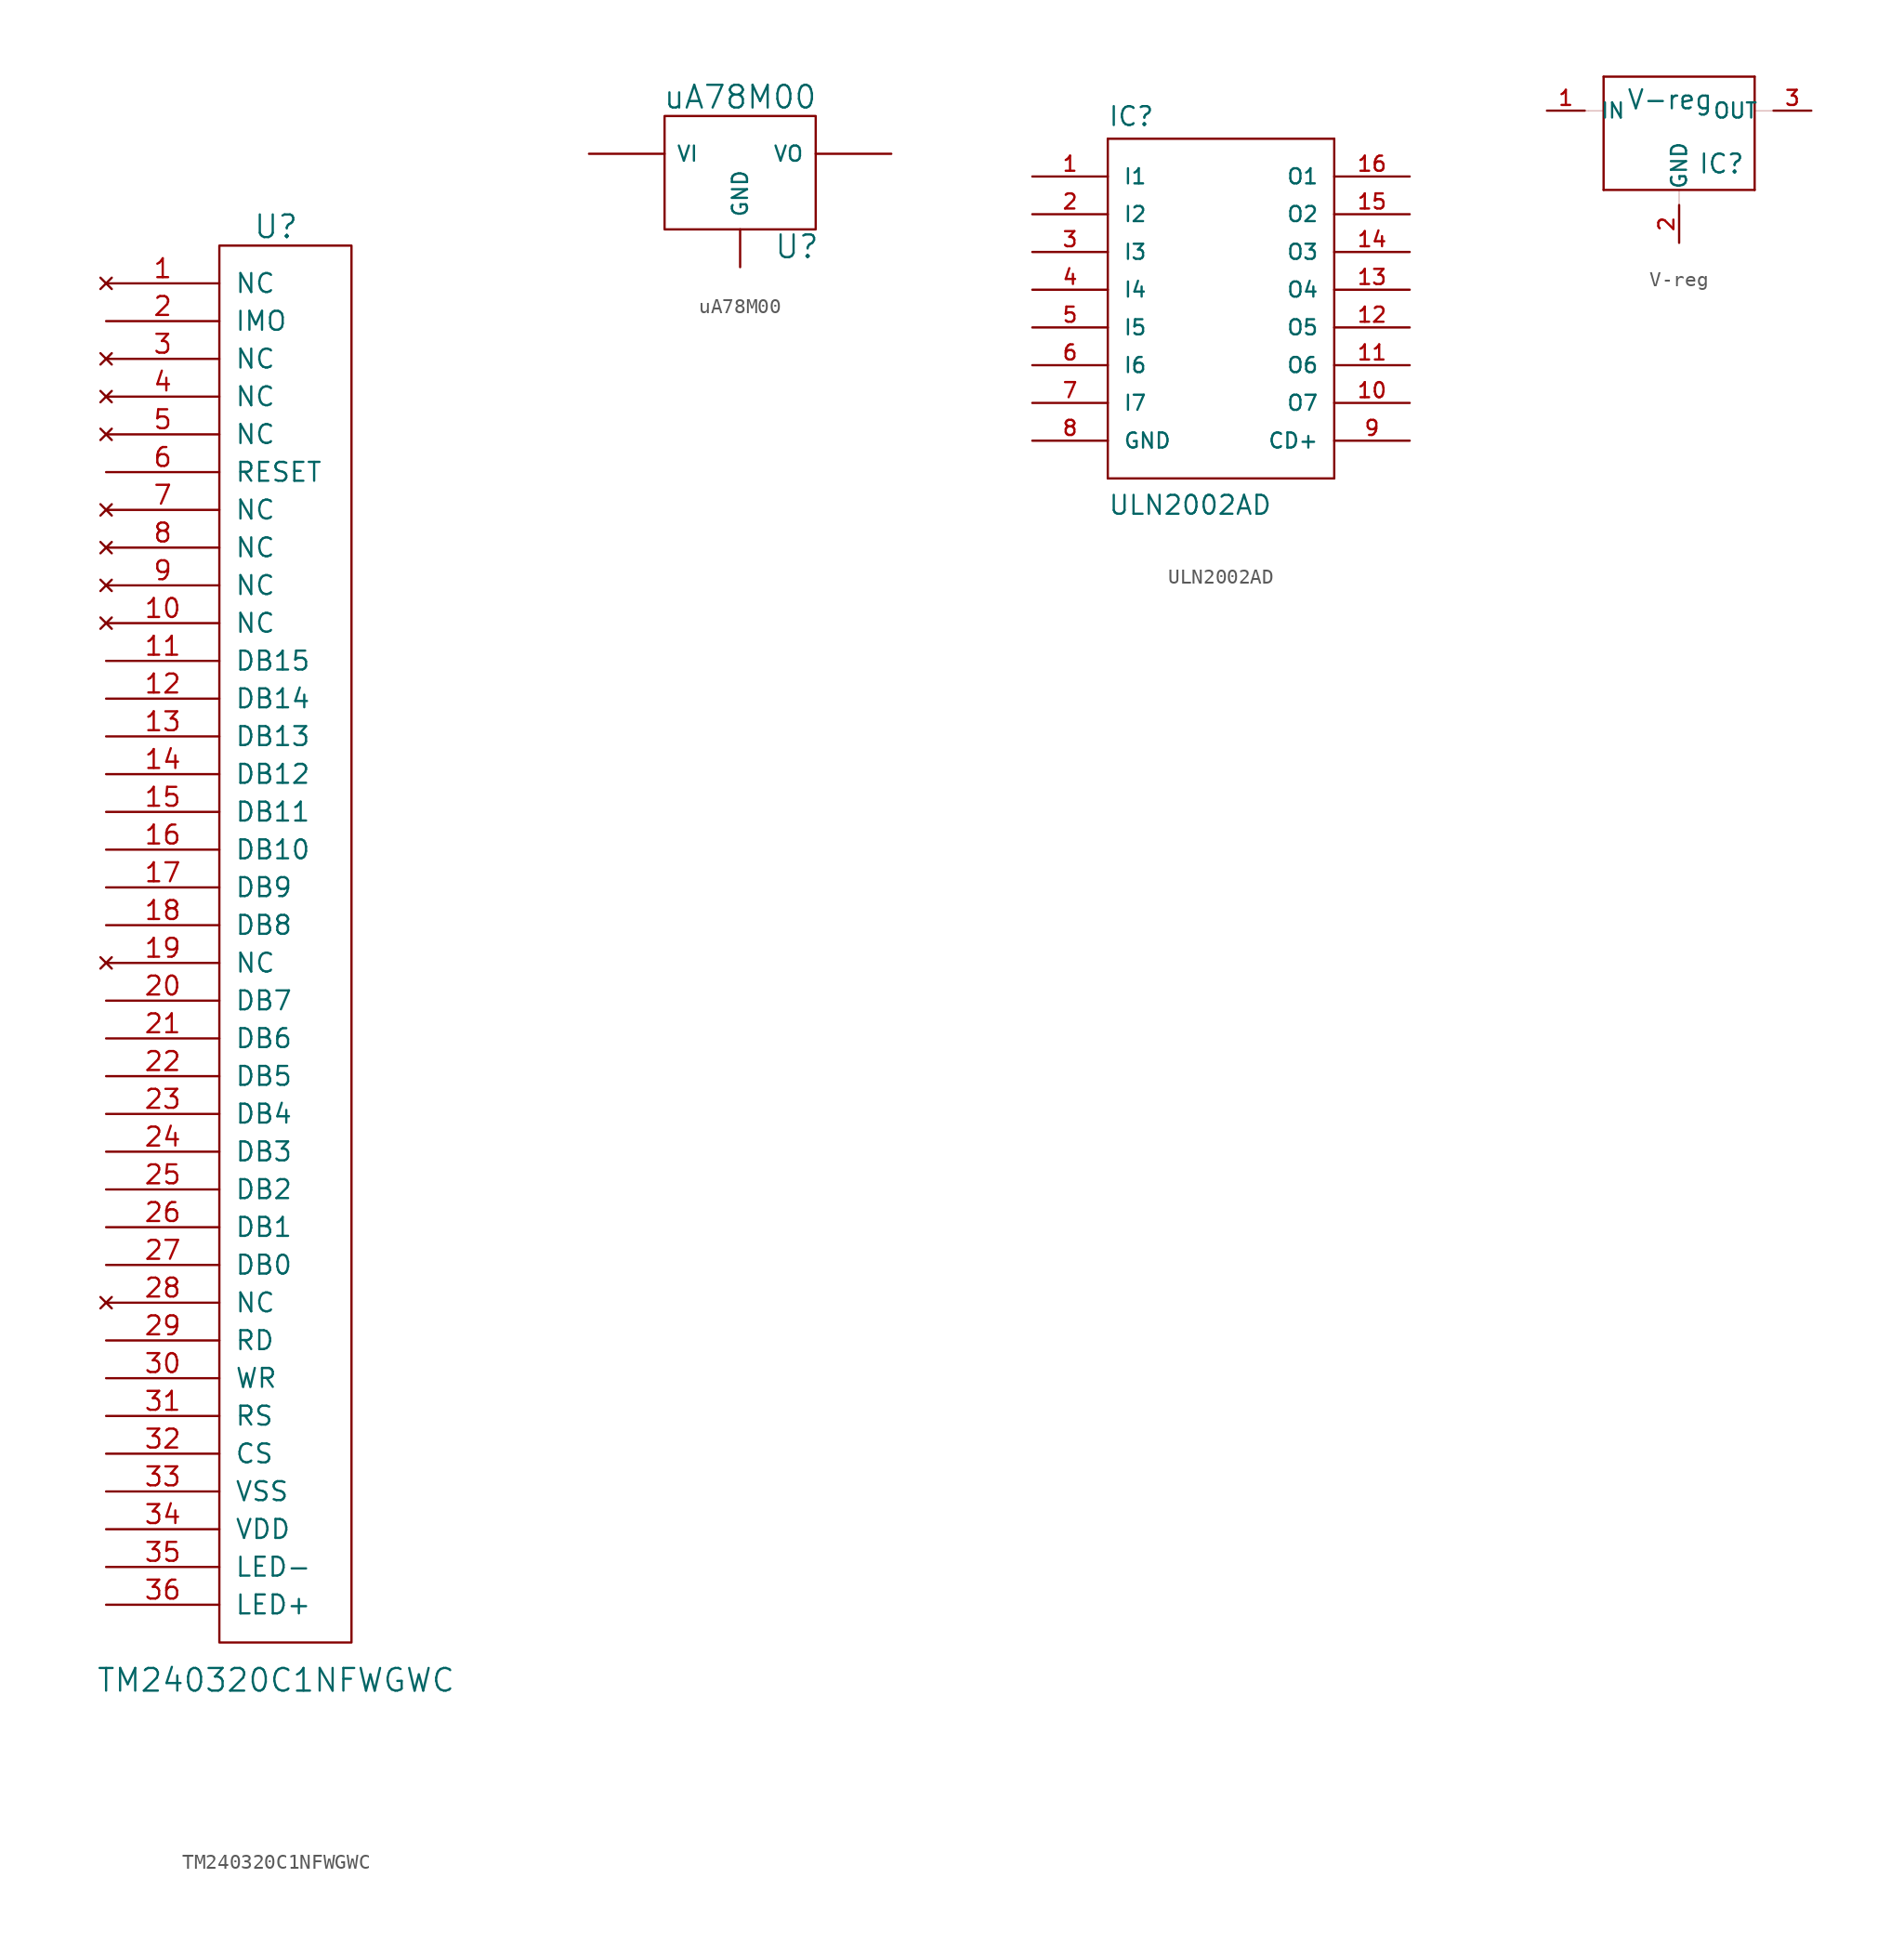
<source format=kicad_sym>
(kicad_symbol_lib
  (version 20231120)
  (generator "kicad_symbol_editor")
  (generator_version "8.0")
  (symbol "TM240320C1NFWGWC"
    (pin_names
      (offset 1.016))
    (property "Reference" "U"
      (at 3.81 48.26 0)
      (effects (font (size 1.524 1.524))))
    (property "Value" "TM240320C1NFWGWC"
      (at 3.81 -49.53 0)
      (effects (font (size 1.524 1.524))))
    (property "Footprint" ""
      (at 0 0 0)
      (effects (font (size 1.524 1.524))))
    (property "Datasheet" ""
      (at 0 0 0)
      (effects (font (size 1.524 1.524))))
    (symbol "TM240320C1NFWGWC_0_1"
      (rectangle (start 0 46.99) (end 8.89 -46.99) (stroke (width 0) (type solid)) (fill (type none))))
    (symbol "TM240320C1NFWGWC_1_1"
      (pin no_connect line (at -7.62 44.45 0) (length 7.62) (name "NC" (effects (font (size 1.27 1.27)))) (number "1" (effects (font (size 1.27 1.27)))))
      (pin no_connect line (at -7.62 21.59 0) (length 7.62) (name "NC" (effects (font (size 1.27 1.27)))) (number "10" (effects (font (size 1.27 1.27)))))
      (pin bidirectional line (at -7.62 19.05 0) (length 7.62) (name "DB15" (effects (font (size 1.27 1.27)))) (number "11" (effects (font (size 1.27 1.27)))))
      (pin bidirectional line (at -7.62 16.51 0) (length 7.62) (name "DB14" (effects (font (size 1.27 1.27)))) (number "12" (effects (font (size 1.27 1.27)))))
      (pin bidirectional line (at -7.62 13.97 0) (length 7.62) (name "DB13" (effects (font (size 1.27 1.27)))) (number "13" (effects (font (size 1.27 1.27)))))
      (pin bidirectional line (at -7.62 11.43 0) (length 7.62) (name "DB12" (effects (font (size 1.27 1.27)))) (number "14" (effects (font (size 1.27 1.27)))))
      (pin bidirectional line (at -7.62 8.89 0) (length 7.62) (name "DB11" (effects (font (size 1.27 1.27)))) (number "15" (effects (font (size 1.27 1.27)))))
      (pin bidirectional line (at -7.62 6.35 0) (length 7.62) (name "DB10" (effects (font (size 1.27 1.27)))) (number "16" (effects (font (size 1.27 1.27)))))
      (pin bidirectional line (at -7.62 3.81 0) (length 7.62) (name "DB9" (effects (font (size 1.27 1.27)))) (number "17" (effects (font (size 1.27 1.27)))))
      (pin bidirectional line (at -7.62 1.27 0) (length 7.62) (name "DB8" (effects (font (size 1.27 1.27)))) (number "18" (effects (font (size 1.27 1.27)))))
      (pin no_connect line (at -7.62 -1.27 0) (length 7.62) (name "NC" (effects (font (size 1.27 1.27)))) (number "19" (effects (font (size 1.27 1.27)))))
      (pin input line (at -7.62 41.91 0) (length 7.62) (name "IMO" (effects (font (size 1.27 1.27)))) (number "2" (effects (font (size 1.27 1.27)))))
      (pin bidirectional line (at -7.62 -3.81 0) (length 7.62) (name "DB7" (effects (font (size 1.27 1.27)))) (number "20" (effects (font (size 1.27 1.27)))))
      (pin bidirectional line (at -7.62 -6.35 0) (length 7.62) (name "DB6" (effects (font (size 1.27 1.27)))) (number "21" (effects (font (size 1.27 1.27)))))
      (pin bidirectional line (at -7.62 -8.89 0) (length 7.62) (name "DB5" (effects (font (size 1.27 1.27)))) (number "22" (effects (font (size 1.27 1.27)))))
      (pin bidirectional line (at -7.62 -11.43 0) (length 7.62) (name "DB4" (effects (font (size 1.27 1.27)))) (number "23" (effects (font (size 1.27 1.27)))))
      (pin bidirectional line (at -7.62 -13.97 0) (length 7.62) (name "DB3" (effects (font (size 1.27 1.27)))) (number "24" (effects (font (size 1.27 1.27)))))
      (pin bidirectional line (at -7.62 -16.51 0) (length 7.62) (name "DB2" (effects (font (size 1.27 1.27)))) (number "25" (effects (font (size 1.27 1.27)))))
      (pin bidirectional line (at -7.62 -19.05 0) (length 7.62) (name "DB1" (effects (font (size 1.27 1.27)))) (number "26" (effects (font (size 1.27 1.27)))))
      (pin bidirectional line (at -7.62 -21.59 0) (length 7.62) (name "DB0" (effects (font (size 1.27 1.27)))) (number "27" (effects (font (size 1.27 1.27)))))
      (pin no_connect line (at -7.62 -24.13 0) (length 7.62) (name "NC" (effects (font (size 1.27 1.27)))) (number "28" (effects (font (size 1.27 1.27)))))
      (pin input line (at -7.62 -26.67 0) (length 7.62) (name "RD" (effects (font (size 1.27 1.27)))) (number "29" (effects (font (size 1.27 1.27)))))
      (pin no_connect line (at -7.62 39.37 0) (length 7.62) (name "NC" (effects (font (size 1.27 1.27)))) (number "3" (effects (font (size 1.27 1.27)))))
      (pin input line (at -7.62 -29.21 0) (length 7.62) (name "WR" (effects (font (size 1.27 1.27)))) (number "30" (effects (font (size 1.27 1.27)))))
      (pin input line (at -7.62 -31.75 0) (length 7.62) (name "RS" (effects (font (size 1.27 1.27)))) (number "31" (effects (font (size 1.27 1.27)))))
      (pin input line (at -7.62 -34.29 0) (length 7.62) (name "CS" (effects (font (size 1.27 1.27)))) (number "32" (effects (font (size 1.27 1.27)))))
      (pin power_in line (at -7.62 -36.83 0) (length 7.62) (name "VSS" (effects (font (size 1.27 1.27)))) (number "33" (effects (font (size 1.27 1.27)))))
      (pin power_in line (at -7.62 -39.37 0) (length 7.62) (name "VDD" (effects (font (size 1.27 1.27)))) (number "34" (effects (font (size 1.27 1.27)))))
      (pin input line (at -7.62 -41.91 0) (length 7.62) (name "LED-" (effects (font (size 1.27 1.27)))) (number "35" (effects (font (size 1.27 1.27)))))
      (pin input line (at -7.62 -44.45 0) (length 7.62) (name "LED+" (effects (font (size 1.27 1.27)))) (number "36" (effects (font (size 1.27 1.27)))))
      (pin no_connect line (at -7.62 36.83 0) (length 7.62) (name "NC" (effects (font (size 1.27 1.27)))) (number "4" (effects (font (size 1.27 1.27)))))
      (pin no_connect line (at -7.62 34.29 0) (length 7.62) (name "NC" (effects (font (size 1.27 1.27)))) (number "5" (effects (font (size 1.27 1.27)))))
      (pin input line (at -7.62 31.75 0) (length 7.62) (name "RESET" (effects (font (size 1.27 1.27)))) (number "6" (effects (font (size 1.27 1.27)))))
      (pin no_connect line (at -7.62 29.21 0) (length 7.62) (name "NC" (effects (font (size 1.27 1.27)))) (number "7" (effects (font (size 1.27 1.27)))))
      (pin no_connect line (at -7.62 26.67 0) (length 7.62) (name "NC" (effects (font (size 1.27 1.27)))) (number "8" (effects (font (size 1.27 1.27)))))
      (pin no_connect line (at -7.62 24.13 0) (length 7.62) (name "NC" (effects (font (size 1.27 1.27)))) (number "9" (effects (font (size 1.27 1.27)))))))
  (symbol "uA78M00"
    (pin_numbers hide)
    (pin_names
      (offset 0.762))
    (property "Reference" "U"
      (at 3.81 -4.978 0)
      (effects (font (size 1.524 1.524))))
    (property "Value" "uA78M00"
      (at 0 5.08 0)
      (effects (font (size 1.524 1.524))))
    (property "Footprint" ""
      (at 0 0 0)
      (effects (font (size 1.524 1.524))))
    (property "Datasheet" ""
      (at 0 0 0)
      (effects (font (size 1.524 1.524))))
    (symbol "uA78M00_0_1"
      (rectangle (start -5.08 -3.81) (end 5.08 3.81) (stroke (width 0) (type solid)) (fill (type none))))
    (symbol "uA78M00_1_1"
      (pin power_out line (at 10.16 1.27 180) (length 5.08) (name "VO" (effects (font (size 1.016 1.016)))) (number "1" (effects (font (size 1.016 1.016)))))
      (pin input line (at 0 -6.35 90) (length 2.54) (name "GND" (effects (font (size 1.016 1.016)))) (number "2" (effects (font (size 1.016 1.016)))))
      (pin input line (at -10.16 1.27 0) (length 5.08) (name "VI" (effects (font (size 1.016 1.016)))) (number "3" (effects (font (size 1.016 1.016)))))))
  (symbol "ULN2002AD"
    (pin_names
      (offset 1.016))
    (property "Reference" "IC"
      (at -7.62 10.922 0)
      (effects (font (size 1.27 1.27)) (justify left bottom)))
    (property "Value" "ULN2002AD"
      (at -7.62 -15.24 0)
      (effects (font (size 1.27 1.27)) (justify left bottom)))
    (property "Datasheet" ""
      (at 0 0 0)
      (effects (font (size 1.524 1.524))))
    (property "ki_locked" ""
      (at 0 0 0)
      (effects (font (size 1.27 1.27))))
    (symbol "ULN2002AD_1_0"
      (polyline (pts (xy -7.62 10.16) (xy -7.62 -12.7)) (stroke (width 0) (type solid)) (fill (type none)))
      (polyline (pts (xy -7.62 10.16) (xy 7.62 10.16)) (stroke (width 0) (type solid)) (fill (type none)))
      (polyline (pts (xy 7.62 -12.7) (xy -7.62 -12.7)) (stroke (width 0) (type solid)) (fill (type none)))
      (polyline (pts (xy 7.62 -12.7) (xy 7.62 10.16)) (stroke (width 0) (type solid)) (fill (type none))))
    (symbol "ULN2002AD_1_1"
      (pin input line (at -12.7 7.62 0) (length 5.08) (name "I1" (effects (font (size 1.016 1.016)))) (number "1" (effects (font (size 1.016 1.016)))))
      (pin open_collector line (at 12.7 -7.62 180) (length 5.08) (name "O7" (effects (font (size 1.016 1.016)))) (number "10" (effects (font (size 1.016 1.016)))))
      (pin open_collector line (at 12.7 -5.08 180) (length 5.08) (name "O6" (effects (font (size 1.016 1.016)))) (number "11" (effects (font (size 1.016 1.016)))))
      (pin open_collector line (at 12.7 -2.54 180) (length 5.08) (name "O5" (effects (font (size 1.016 1.016)))) (number "12" (effects (font (size 1.016 1.016)))))
      (pin open_collector line (at 12.7 0 180) (length 5.08) (name "O4" (effects (font (size 1.016 1.016)))) (number "13" (effects (font (size 1.016 1.016)))))
      (pin open_collector line (at 12.7 2.54 180) (length 5.08) (name "O3" (effects (font (size 1.016 1.016)))) (number "14" (effects (font (size 1.016 1.016)))))
      (pin open_collector line (at 12.7 5.08 180) (length 5.08) (name "O2" (effects (font (size 1.016 1.016)))) (number "15" (effects (font (size 1.016 1.016)))))
      (pin open_collector line (at 12.7 7.62 180) (length 5.08) (name "O1" (effects (font (size 1.016 1.016)))) (number "16" (effects (font (size 1.016 1.016)))))
      (pin input line (at -12.7 5.08 0) (length 5.08) (name "I2" (effects (font (size 1.016 1.016)))) (number "2" (effects (font (size 1.016 1.016)))))
      (pin input line (at -12.7 2.54 0) (length 5.08) (name "I3" (effects (font (size 1.016 1.016)))) (number "3" (effects (font (size 1.016 1.016)))))
      (pin input line (at -12.7 0 0) (length 5.08) (name "I4" (effects (font (size 1.016 1.016)))) (number "4" (effects (font (size 1.016 1.016)))))
      (pin input line (at -12.7 -2.54 0) (length 5.08) (name "I5" (effects (font (size 1.016 1.016)))) (number "5" (effects (font (size 1.016 1.016)))))
      (pin input line (at -12.7 -5.08 0) (length 5.08) (name "I6" (effects (font (size 1.016 1.016)))) (number "6" (effects (font (size 1.016 1.016)))))
      (pin input line (at -12.7 -7.62 0) (length 5.08) (name "I7" (effects (font (size 1.016 1.016)))) (number "7" (effects (font (size 1.016 1.016)))))
      (pin power_in line (at -12.7 -10.16 0) (length 5.08) (name "GND" (effects (font (size 1.016 1.016)))) (number "8" (effects (font (size 1.016 1.016)))))
      (pin passive line (at 12.7 -10.16 180) (length 5.08) (name "CD+" (effects (font (size 1.016 1.016)))) (number "9" (effects (font (size 1.016 1.016)))))))
  (symbol "V-reg"
    (pin_names
      (offset 1.016))
    (property "Reference" "IC"
      (at 2.54 -3.048 0)
      (effects (font (size 1.27 1.27)) (justify left bottom)))
    (property "Value" "V-reg"
      (at -2.286 1.27 0)
      (effects (font (size 1.27 1.27)) (justify left bottom)))
    (property "Datasheet" ""
      (at 0 0 0)
      (effects (font (size 1.524 1.524))))
    (symbol "V-reg_0_1"
      (polyline (pts (xy -3.81 1.27) (xy -4.826 1.27)) (stroke (width 0.025) (type solid)) (fill (type none)))
      (polyline (pts (xy 7.874 1.27) (xy 6.35 1.27)) (stroke (width 0.025) (type solid)) (fill (type none)))
      (polyline (pts (xy -4.826 1.27) (xy -5.08 1.27) (xy -4.826 1.27)) (stroke (width 0.025) (type solid)) (fill (type none)))
      (polyline (pts (xy 1.27 -5.08) (xy 1.27 -4.064) (xy 1.27 -4.064)) (stroke (width 0.025) (type solid)) (fill (type none))))
    (symbol "V-reg_1_0"
      (polyline (pts (xy -3.81 -4.064) (xy 6.35 -4.064)) (stroke (width 0) (type solid)) (fill (type none)))
      (polyline (pts (xy -3.81 3.556) (xy -3.81 -4.064)) (stroke (width 0) (type solid)) (fill (type none)))
      (polyline (pts (xy 6.35 -4.064) (xy 6.35 3.556)) (stroke (width 0) (type solid)) (fill (type none)))
      (polyline (pts (xy 6.35 3.556) (xy -3.81 3.556)) (stroke (width 0) (type solid)) (fill (type none))))
    (symbol "V-reg_1_1"
      (pin input line (at -7.62 1.27 0) (length 2.54) (name "IN" (effects (font (size 1.016 1.016)))) (number "1" (effects (font (size 1.016 1.016)))))
      (pin input line (at 1.27 -7.62 90) (length 2.54) (name "GND" (effects (font (size 1.016 1.016)))) (number "2" (effects (font (size 1.016 1.016)))))
      (pin passive line (at 10.16 1.27 180) (length 2.54) (name "OUT" (effects (font (size 1.016 1.016)))) (number "3" (effects (font (size 1.016 1.016))))))))
</source>
